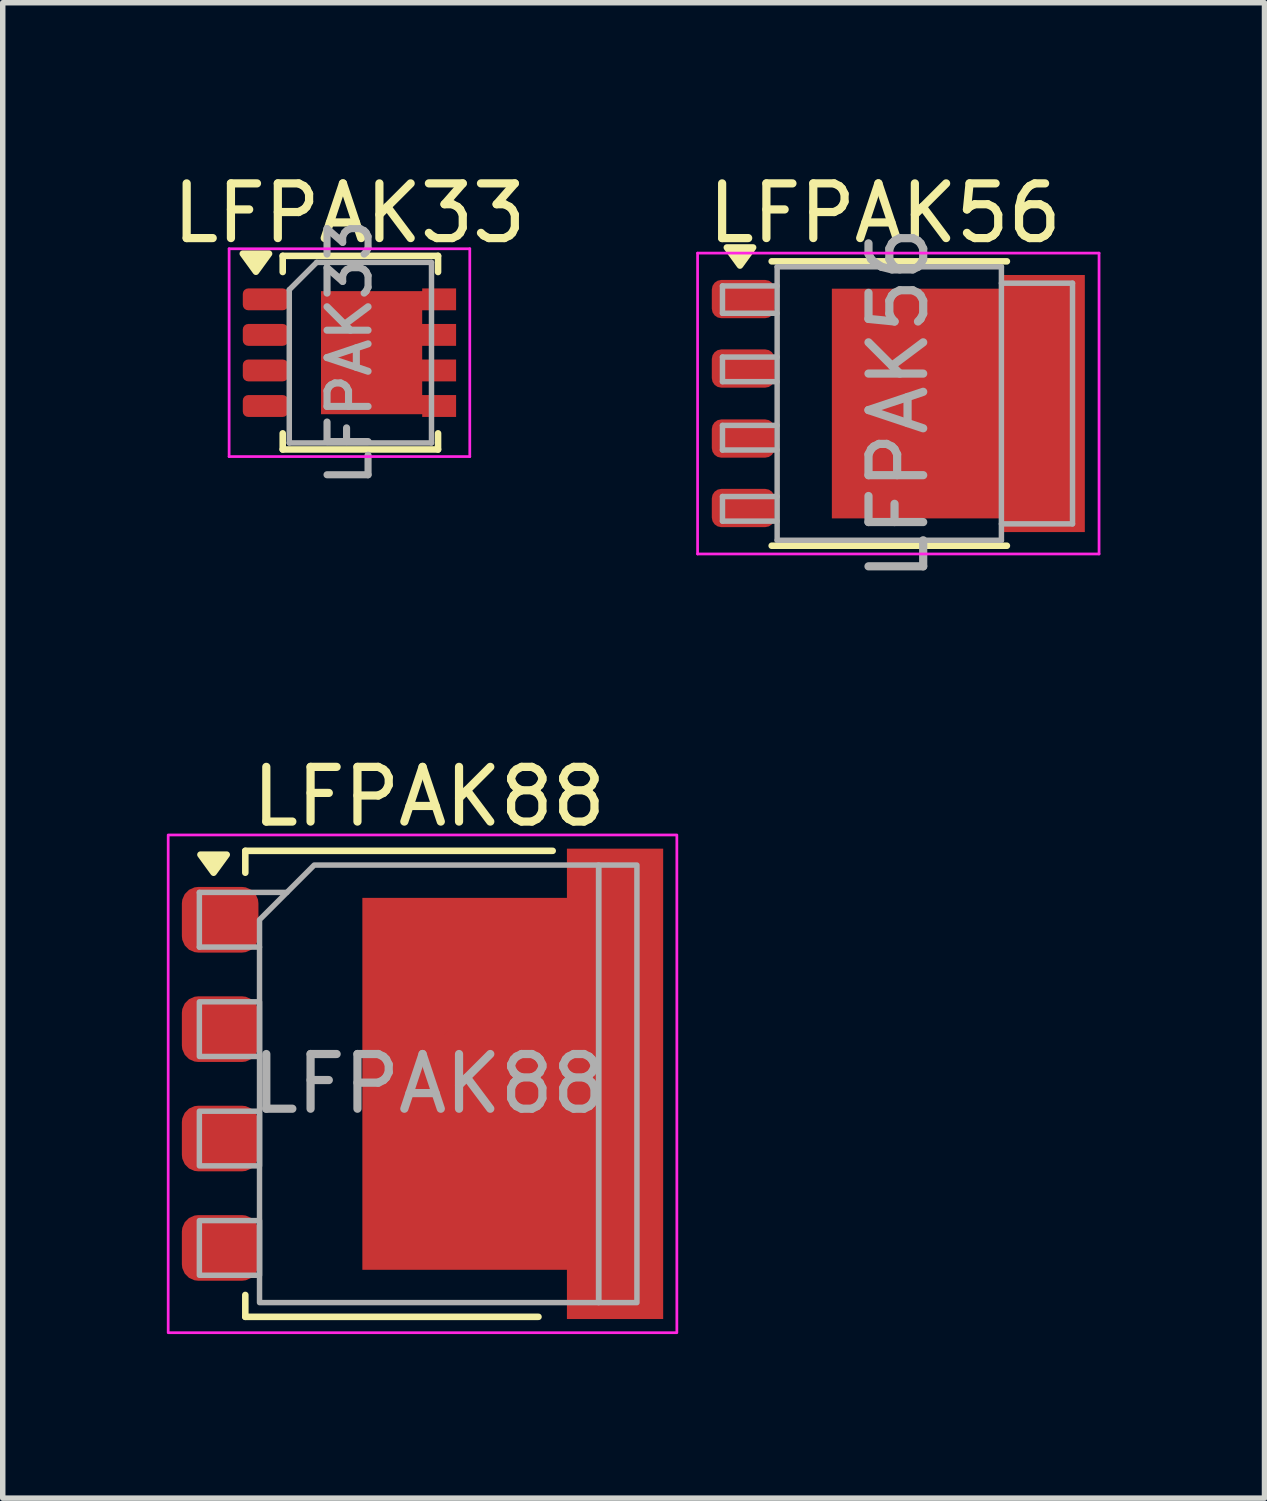
<source format=kicad_pcb>
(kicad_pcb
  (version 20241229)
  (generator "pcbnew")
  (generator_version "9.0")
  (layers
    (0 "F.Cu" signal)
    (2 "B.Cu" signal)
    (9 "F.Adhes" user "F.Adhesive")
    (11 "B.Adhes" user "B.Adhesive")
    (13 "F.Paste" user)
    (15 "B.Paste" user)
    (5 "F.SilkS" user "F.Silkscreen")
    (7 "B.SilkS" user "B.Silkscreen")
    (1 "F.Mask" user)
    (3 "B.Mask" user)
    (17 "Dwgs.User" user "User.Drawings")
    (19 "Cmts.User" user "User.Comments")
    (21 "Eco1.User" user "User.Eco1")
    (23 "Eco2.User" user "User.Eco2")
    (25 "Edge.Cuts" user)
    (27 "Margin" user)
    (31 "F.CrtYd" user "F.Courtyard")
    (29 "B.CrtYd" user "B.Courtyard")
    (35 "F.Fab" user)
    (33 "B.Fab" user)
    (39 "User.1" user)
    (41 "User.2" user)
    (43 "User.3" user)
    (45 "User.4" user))
  (footprint "LFPAK56"
    (layer "F.Cu")
    (at 13.209 4.328)
    (property "Reference" "LFPAK56" (at -0.08 -3.48 0) (layer "F.SilkS") (effects (font (size 1 1) (thickness 0.15))))
    (attr smd)
    (fp_line (start -2.15 2.6) (end 2.15 2.6) (stroke (width 0.12) (type solid)) (layer "F.SilkS"))
    (fp_line (start 2.15 -2.6) (end -2.15 -2.6) (stroke (width 0.12) (type solid)) (layer "F.SilkS"))
    (fp_poly (pts (xy -2.73 -2.523) (xy -2.49 -2.853) (xy -2.97 -2.853) (xy -2.73 -2.523)) (stroke (width 0.12) (type solid)) (fill yes) (layer "F.SilkS"))
    (fp_line (start -3.505 2.75) (end -3.505 -2.75) (stroke (width 0.05) (type solid)) (layer "F.CrtYd"))
    (fp_line (start -3.505 2.75) (end 3.835 2.75) (stroke (width 0.05) (type solid)) (layer "F.CrtYd"))
    (fp_line (start 3.835 -2.75) (end -3.505 -2.75) (stroke (width 0.05) (type solid)) (layer "F.CrtYd"))
    (fp_line (start 3.835 -2.75) (end 3.835 2.75) (stroke (width 0.05) (type solid)) (layer "F.CrtYd"))
    (fp_line (start -3.05 -2.15) (end -3.05 -1.65) (stroke (width 0.1) (type solid)) (layer "F.Fab"))
    (fp_line (start -3.05 -2.15) (end -2.05 -2.15) (stroke (width 0.1) (type solid)) (layer "F.Fab"))
    (fp_line (start -3.05 -1.65) (end -2.05 -1.65) (stroke (width 0.1) (type solid)) (layer "F.Fab"))
    (fp_line (start -3.05 -0.85) (end -3.05 -0.4) (stroke (width 0.1) (type solid)) (layer "F.Fab"))
    (fp_line (start -3.05 -0.4) (end -2.05 -0.4) (stroke (width 0.1) (type solid)) (layer "F.Fab"))
    (fp_line (start -3.05 0.4) (end -3.05 0.85) (stroke (width 0.1) (type solid)) (layer "F.Fab"))
    (fp_line (start -3.05 0.85) (end -2.05 0.85) (stroke (width 0.1) (type solid)) (layer "F.Fab"))
    (fp_line (start -3.05 1.7) (end -3.05 2.15) (stroke (width 0.1) (type solid)) (layer "F.Fab"))
    (fp_line (start -3.05 2.15) (end -2.05 2.15) (stroke (width 0.1) (type solid)) (layer "F.Fab"))
    (fp_line (start -2.05 -2.5) (end -2.05 2.5) (stroke (width 0.1) (type solid)) (layer "F.Fab"))
    (fp_line (start -2.05 -0.85) (end -3.05 -0.85) (stroke (width 0.1) (type solid)) (layer "F.Fab"))
    (fp_line (start -2.05 0.4) (end -3.05 0.4) (stroke (width 0.1) (type solid)) (layer "F.Fab"))
    (fp_line (start -2.05 1.7) (end -3.05 1.7) (stroke (width 0.1) (type solid)) (layer "F.Fab"))
    (fp_line (start -2.05 2.5) (end 2.05 2.5) (stroke (width 0.1) (type solid)) (layer "F.Fab"))
    (fp_line (start 2.05 -2.5) (end -2.05 -2.5) (stroke (width 0.1) (type solid)) (layer "F.Fab"))
    (fp_line (start 2.05 2.5) (end 2.05 -2.5) (stroke (width 0.1) (type solid)) (layer "F.Fab"))
    (fp_line (start 3.35 -2.2) (end 2.05 -2.2) (stroke (width 0.1) (type solid)) (layer "F.Fab"))
    (fp_line (start 3.35 -2.2) (end 3.35 2.2) (stroke (width 0.1) (type solid)) (layer "F.Fab"))
    (fp_line (start 3.35 2.2) (end 2.05 2.2) (stroke (width 0.1) (type solid)) (layer "F.Fab"))
    (fp_text user "${REFERENCE}" (at 0.165 0 90) (layer "F.Fab") (effects (font (size 1 1) (thickness 0.15))))
    (pad "" smd roundrect (at -0.5 -1.15) (size 0.6 0.9) (layers "F.Paste") (roundrect_rratio 0.25))
    (pad "" smd roundrect (at -0.5 0) (size 0.6 0.9) (layers "F.Paste") (roundrect_rratio 0.25))
    (pad "" smd roundrect (at -0.5 1.15) (size 0.6 0.9) (layers "F.Paste") (roundrect_rratio 0.25))
    (pad "" smd roundrect (at 0.35 -1.15) (size 0.6 0.9) (layers "F.Paste") (roundrect_rratio 0.25))
    (pad "" smd roundrect (at 0.35 0) (size 0.6 0.9) (layers "F.Paste") (roundrect_rratio 0.25))
    (pad "" smd roundrect (at 0.35 1.15) (size 0.6 0.9) (layers "F.Paste") (roundrect_rratio 0.25))
    (pad "" smd roundrect (at 1.2 -1.15) (size 0.6 0.9) (layers "F.Paste") (roundrect_rratio 0.25))
    (pad "" smd roundrect (at 1.2 0) (size 0.6 0.9) (layers "F.Paste") (roundrect_rratio 0.25))
    (pad "" smd roundrect (at 1.2 1.15) (size 0.6 0.9) (layers "F.Paste") (roundrect_rratio 0.25))
    (pad "" smd roundrect (at 3.05 -1.88 270) (size 0.6 0.9) (layers "F.Paste") (roundrect_rratio 0.25))
    (pad "" smd roundrect (at 3.05 -0.6 270) (size 0.6 0.9) (layers "F.Paste") (roundrect_rratio 0.25))
    (pad "" smd roundrect (at 3.05 0.6 270) (size 0.6 0.9) (layers "F.Paste") (roundrect_rratio 0.25))
    (pad "" smd roundrect (at 3.05 1.88 270) (size 0.6 0.9) (layers "F.Paste") (roundrect_rratio 0.25))
    (pad "1" smd roundrect (at -2.67 -1.91 270) (size 0.7 1.15) (layers "F.Cu" "F.Mask" "F.Paste") (roundrect_rratio 0.25))
    (pad "2" smd roundrect (at -2.67 -0.64 270) (size 0.7 1.15) (layers "F.Cu" "F.Mask" "F.Paste") (roundrect_rratio 0.25))
    (pad "3" smd roundrect (at -2.67 0.64 270) (size 0.7 1.15) (layers "F.Cu" "F.Mask" "F.Paste") (roundrect_rratio 0.25))
    (pad "4" smd roundrect (at -2.67 1.91 270) (size 0.7 1.15) (layers "F.Cu" "F.Mask" "F.Paste") (roundrect_rratio 0.25))
    (pad "5" smd custom (at 0.6 0) (size 3.3 4.2) (layers "F.Cu" "F.Mask") (options (anchor rect)) (primitives (gr_poly (pts (xy 2.975 2.35) (xy 1.425 2.35) (xy 1.425 -2.35) (xy 2.975 -2.35)) (width 0) (fill yes)))))
  (footprint "LFPAK33"
    (layer "F.Cu")
    (at 3.339 3.398)
    (property "Reference" "LFPAK33" (at 0 -2.55 0) (layer "F.SilkS") (effects (font (size 1 1) (thickness 0.15))))
    (attr smd)
    (fp_line (start -1.22 -1.77) (end -1.22 -1.475) (stroke (width 0.12) (type solid)) (layer "F.SilkS"))
    (fp_line (start -1.22 1.475) (end -1.22 1.77) (stroke (width 0.12) (type solid)) (layer "F.SilkS"))
    (fp_line (start -1.22 1.77) (end 1.62 1.77) (stroke (width 0.12) (type solid)) (layer "F.SilkS"))
    (fp_line (start 1.62 -1.77) (end -1.22 -1.77) (stroke (width 0.12) (type solid)) (layer "F.SilkS"))
    (fp_line (start 1.62 -1.475) (end 1.62 -1.77) (stroke (width 0.12) (type solid)) (layer "F.SilkS"))
    (fp_line (start 1.62 1.77) (end 1.62 1.475) (stroke (width 0.12) (type solid)) (layer "F.SilkS"))
    (fp_poly (pts (xy -1.71 -1.48) (xy -1.47 -1.81) (xy -1.95 -1.81) (xy -1.71 -1.48)) (stroke (width 0.12) (type solid)) (fill yes) (layer "F.SilkS"))
    (fp_line (start -2.2 -1.9) (end 2.2 -1.9) (stroke (width 0.05) (type solid)) (layer "F.CrtYd"))
    (fp_line (start -2.2 1.9) (end -2.2 -1.9) (stroke (width 0.05) (type solid)) (layer "F.CrtYd"))
    (fp_line (start -2.2 1.9) (end 2.2 1.9) (stroke (width 0.05) (type solid)) (layer "F.CrtYd"))
    (fp_line (start 2.2 -1.9) (end 2.2 1.9) (stroke (width 0.05) (type solid)) (layer "F.CrtYd"))
    (fp_line (start -1.1 -1.15) (end -1.1 1.65) (stroke (width 0.1) (type solid)) (layer "F.Fab"))
    (fp_line (start -1.1 1.65) (end 1.5 1.65) (stroke (width 0.1) (type solid)) (layer "F.Fab"))
    (fp_line (start -0.6 -1.65) (end -1.1 -1.15) (stroke (width 0.1) (type solid)) (layer "F.Fab"))
    (fp_line (start -0.6 -1.65) (end 1.5 -1.65) (stroke (width 0.1) (type solid)) (layer "F.Fab"))
    (fp_line (start 1.5 1.65) (end 1.5 -1.65) (stroke (width 0.1) (type solid)) (layer "F.Fab"))
    (fp_text user "${REFERENCE}" (at 0 0 90) (layer "F.Fab") (effects (font (size 0.75 0.75) (thickness 0.13))))
    (pad "" smd roundrect (at -1.535 -0.975) (size 0.83 0.3) (layers "F.Paste") (roundrect_rratio 0.25))
    (pad "" smd roundrect (at -1.535 -0.325) (size 0.83 0.3) (layers "F.Paste") (roundrect_rratio 0.25))
    (pad "" smd roundrect (at -1.535 0.325) (size 0.83 0.3) (layers "F.Paste") (roundrect_rratio 0.25))
    (pad "" smd roundrect (at -1.535 0.975) (size 0.83 0.3) (layers "F.Paste") (roundrect_rratio 0.25))
    (pad "" smd roundrect (at -0.215 -0.626) (size 0.51 0.635) (layers "F.Paste") (roundrect_rratio 0.25))
    (pad "" smd roundrect (at -0.215 0.626) (size 0.51 0.635) (layers "F.Paste") (roundrect_rratio 0.25))
    (pad "" smd roundrect (at 0.645 -0.626) (size 0.51 0.635) (layers "F.Paste") (roundrect_rratio 0.25))
    (pad "" smd roundrect (at 0.645 0.626) (size 0.51 0.635) (layers "F.Paste") (roundrect_rratio 0.25))
    (pad "" smd roundrect (at 1.575 -0.975) (size 0.83 0.3) (layers "F.Paste") (roundrect_rratio 0.25))
    (pad "" smd roundrect (at 1.575 -0.325) (size 0.83 0.3) (layers "F.Paste") (roundrect_rratio 0.25))
    (pad "" smd roundrect (at 1.575 0.325) (size 0.83 0.3) (layers "F.Paste") (roundrect_rratio 0.25))
    (pad "" smd roundrect (at 1.575 0.975) (size 0.83 0.3) (layers "F.Paste") (roundrect_rratio 0.25))
    (pad "1" smd roundrect (at -1.535 -0.975) (size 0.83 0.4) (layers "F.Cu" "F.Mask") (roundrect_rratio 0.25))
    (pad "2" smd roundrect (at -1.535 -0.325) (size 0.83 0.4) (layers "F.Cu" "F.Mask") (roundrect_rratio 0.25))
    (pad "3" smd roundrect (at -1.535 0.325) (size 0.83 0.4) (layers "F.Cu" "F.Mask") (roundrect_rratio 0.25))
    (pad "4" smd roundrect (at -1.535 0.975) (size 0.83 0.4) (layers "F.Cu" "F.Mask") (roundrect_rratio 0.25))
    (pad "5" smd custom (at 0.405 0) (size 1.85 2.25) (layers "F.Cu" "F.Mask") (options (anchor rect)) (primitives (gr_poly (pts (xy 1.545 -0.775) (xy 0.925 -0.775) (xy 0.925 -1.175) (xy 1.545 -1.175)) (width 0) (fill yes)) (gr_poly (pts (xy 1.545 -0.125) (xy 0.925 -0.125) (xy 0.925 -0.525) (xy 1.545 -0.525)) (width 0) (fill yes)) (gr_poly (pts (xy 1.545 0.525) (xy 0.925 0.525) (xy 0.925 0.125) (xy 1.545 0.125)) (width 0) (fill yes)) (gr_poly (pts (xy 1.545 1.175) (xy 0.925 1.175) (xy 0.925 0.775) (xy 1.545 0.775)) (width 0) (fill yes)))))
  (footprint "LFPAK88"
    (layer "F.Cu")
    (at 4.795 16.766)
    (property "Reference" "LFPAK88" (at 0 -5.25 0) (layer "F.SilkS") (effects (font (size 1 1) (thickness 0.15))))
    (attr smd)
    (fp_line (start -3.36 -4.26) (end -3.36 -3.86) (stroke (width 0.12) (type default)) (layer "F.SilkS"))
    (fp_line (start -3.36 -4.26) (end 2.26 -4.26) (stroke (width 0.12) (type solid)) (layer "F.SilkS"))
    (fp_line (start -3.36 3.86) (end -3.36 4.26) (stroke (width 0.12) (type default)) (layer "F.SilkS"))
    (fp_line (start -3.36 4.26) (end 2 4.26) (stroke (width 0.12) (type solid)) (layer "F.SilkS"))
    (fp_poly (pts (xy -3.94 -3.86) (xy -3.7 -4.19) (xy -4.18 -4.19) (xy -3.94 -3.86)) (stroke (width 0.12) (type solid)) (fill yes) (layer "F.SilkS"))
    (fp_rect (start -4.77 -4.55) (end 4.53 4.55) (stroke (width 0.05) (type default)) (fill no) (layer "F.CrtYd"))
    (fp_line (start -4.2 -3.5) (end -4.2 -2.5) (stroke (width 0.1) (type default)) (layer "F.Fab"))
    (fp_line (start -4.2 -3.5) (end -2.6 -3.5) (stroke (width 0.1) (type default)) (layer "F.Fab"))
    (fp_line (start -4.2 -2.5) (end -3.1 -2.5) (stroke (width 0.1) (type default)) (layer "F.Fab"))
    (fp_rect (start -4.2 -1.5) (end -3.1 -0.5) (stroke (width 0.1) (type default)) (fill no) (layer "F.Fab"))
    (fp_rect (start -4.2 0.5) (end -3.1 1.5) (stroke (width 0.1) (type default)) (fill no) (layer "F.Fab"))
    (fp_rect (start -4.2 2.5) (end -3.1 3.5) (stroke (width 0.1) (type default)) (fill no) (layer "F.Fab"))
    (fp_rect (start 3.1 -4) (end 3.8 4) (stroke (width 0.1) (type default)) (fill no) (layer "F.Fab"))
    (fp_poly (pts (xy -3.1 -3) (xy -2.1 -4) (xy 3.1 -4) (xy 3.1 4) (xy -3.1 4)) (stroke (width 0.1) (type solid)) (fill no) (layer "F.Fab"))
    (fp_text user "${REFERENCE}" (at 0 0 0) (layer "F.Fab") (effects (font (size 1 1) (thickness 0.15))))
    (pad "1" smd roundrect (at -3.82 -3) (size 1.4 1.2) (layers "F.Cu" "F.Mask" "F.Paste") (roundrect_rratio 0.25))
    (pad "2" smd roundrect (at -3.82 -1) (size 1.4 1.2) (layers "F.Cu" "F.Mask" "F.Paste") (roundrect_rratio 0.25))
    (pad "3" smd roundrect (at -3.82 1) (size 1.4 1.2) (layers "F.Cu" "F.Mask" "F.Paste") (roundrect_rratio 0.25))
    (pad "4" smd roundrect (at -3.82 3) (size 1.4 1.2) (layers "F.Cu" "F.Mask" "F.Paste") (roundrect_rratio 0.25))
    (pad "5" smd roundrect (at -0.55 -2.25) (size 1.15 2.05) (layers "F.Cu" "F.Paste") (roundrect_rratio 0.25))
    (pad "5" smd roundrect (at -0.55 0) (size 1.15 2.05) (layers "F.Cu" "F.Paste") (roundrect_rratio 0.25))
    (pad "5" smd roundrect (at -0.55 2.25) (size 1.15 2.05) (layers "F.Cu" "F.Paste") (roundrect_rratio 0.25))
    (pad "5" smd custom (at 0.65 0) (size 3.74 6.8) (layers "F.Cu" "F.Mask") (options (anchor rect)) (primitives (gr_poly (pts (xy 1.87 3.4) (xy 1.87 4.3) (xy 3.63 4.3) (xy 3.63 -4.3) (xy 1.87 -4.3) (xy 1.87 -3.4)) (width 0) (fill yes))))
    (pad "5" smd roundrect (at 0.8 -2.25) (size 1.15 2.05) (layers "F.Cu" "F.Paste") (roundrect_rratio 0.25))
    (pad "5" smd roundrect (at 0.8 0) (size 1.15 2.05) (layers "F.Cu" "F.Paste") (roundrect_rratio 0.25))
    (pad "5" smd roundrect (at 0.8 2.25) (size 1.15 2.05) (layers "F.Cu" "F.Paste") (roundrect_rratio 0.25))
    (pad "5" smd roundrect (at 2.15 -2.25) (size 1.15 2.05) (layers "F.Cu" "F.Paste") (roundrect_rratio 0.25))
    (pad "5" smd roundrect (at 2.15 0) (size 1.15 2.05) (layers "F.Cu" "F.Paste") (roundrect_rratio 0.25))
    (pad "5" smd roundrect (at 2.15 2.25) (size 1.15 2.05) (layers "F.Cu" "F.Paste") (roundrect_rratio 0.25))
    (pad "5" smd roundrect (at 3.55 -3.55) (size 1.25 1.2) (layers "F.Cu" "F.Paste") (roundrect_rratio 0.25))
    (pad "5" smd roundrect (at 3.55 0) (size 1.25 0.7) (layers "F.Cu" "F.Paste") (roundrect_rratio 0.25))
    (pad "5" smd roundrect (at 3.55 3.55) (size 1.25 1.2) (layers "F.Cu" "F.Paste") (roundrect_rratio 0.25))
    (pad "5" smd roundrect (at 3.825 -1.7) (size 0.7 2.1) (layers "F.Cu" "F.Paste") (roundrect_rratio 0.25))
    (pad "5" smd roundrect (at 3.825 1.7) (size 0.7 2.1) (layers "F.Cu" "F.Paste") (roundrect_rratio 0.25)))
  (gr_rect
    (start -3 -3)
    (end 20.069 24.341)
    (stroke (width 0.1) (type default))
    (fill no)
    (layer "Edge.Cuts")))
</source>
